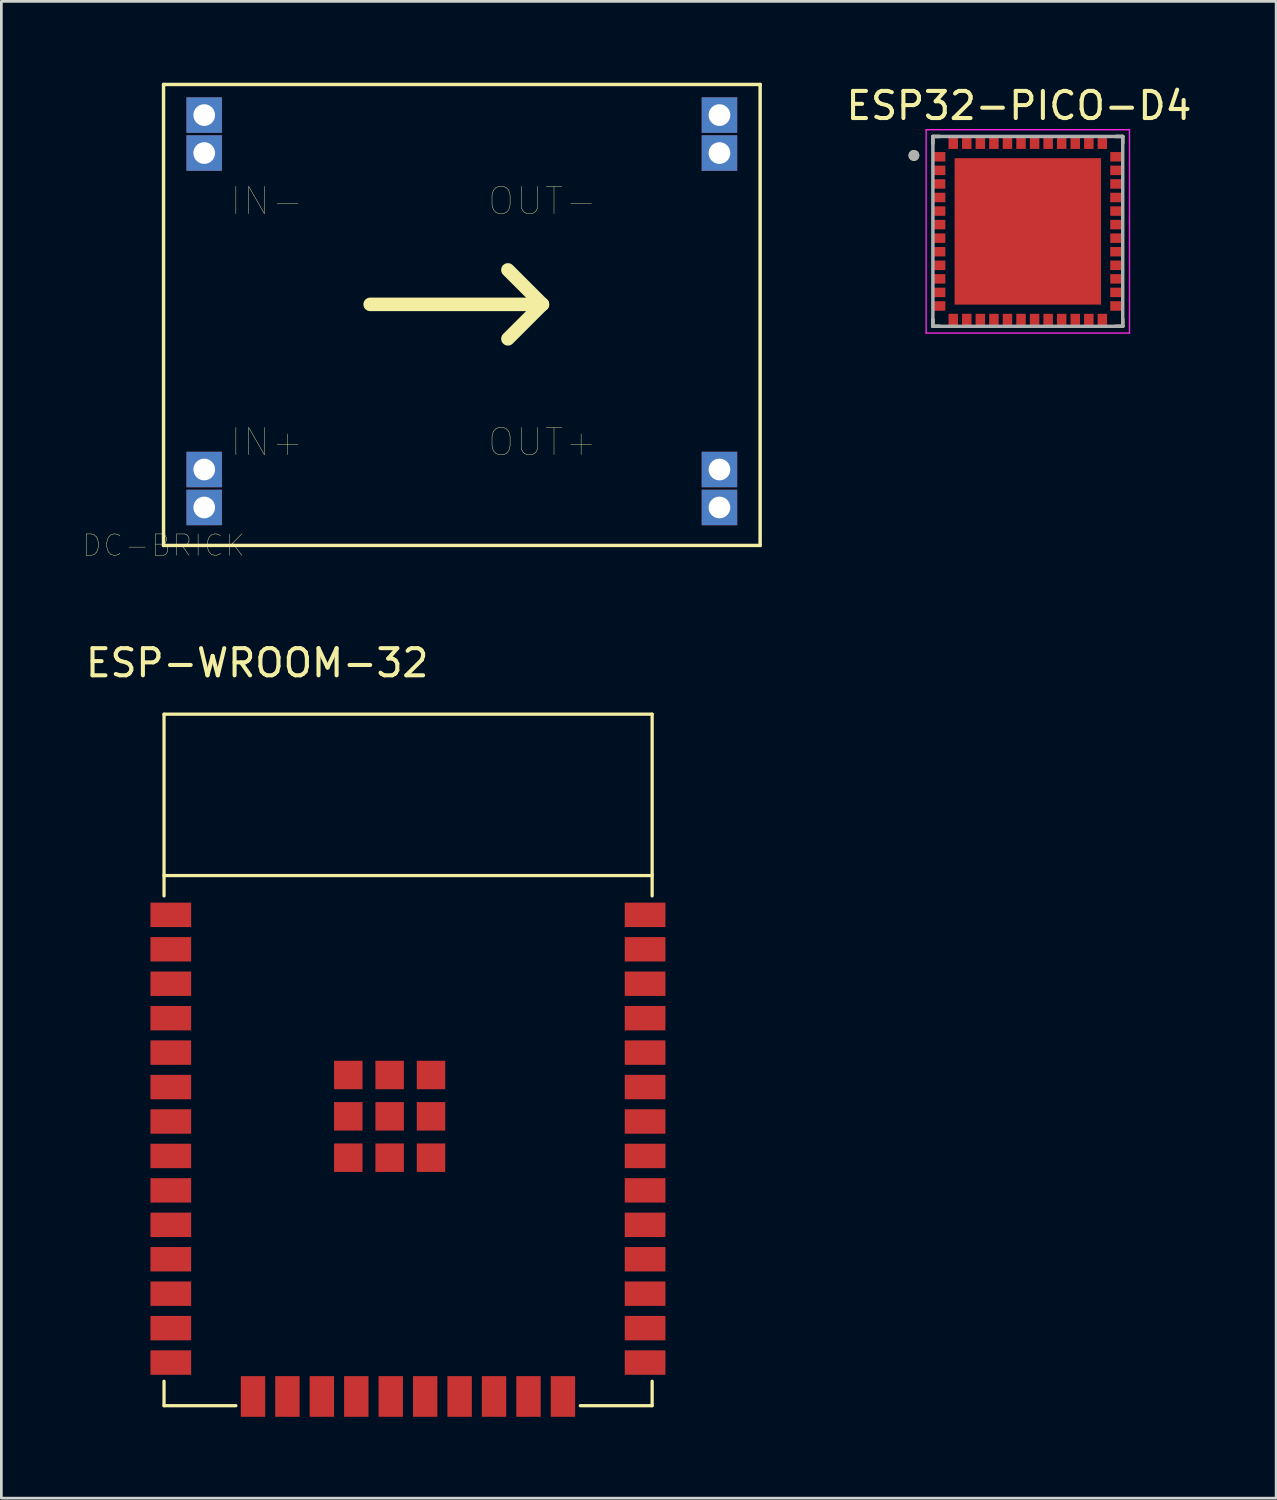
<source format=kicad_pcb>
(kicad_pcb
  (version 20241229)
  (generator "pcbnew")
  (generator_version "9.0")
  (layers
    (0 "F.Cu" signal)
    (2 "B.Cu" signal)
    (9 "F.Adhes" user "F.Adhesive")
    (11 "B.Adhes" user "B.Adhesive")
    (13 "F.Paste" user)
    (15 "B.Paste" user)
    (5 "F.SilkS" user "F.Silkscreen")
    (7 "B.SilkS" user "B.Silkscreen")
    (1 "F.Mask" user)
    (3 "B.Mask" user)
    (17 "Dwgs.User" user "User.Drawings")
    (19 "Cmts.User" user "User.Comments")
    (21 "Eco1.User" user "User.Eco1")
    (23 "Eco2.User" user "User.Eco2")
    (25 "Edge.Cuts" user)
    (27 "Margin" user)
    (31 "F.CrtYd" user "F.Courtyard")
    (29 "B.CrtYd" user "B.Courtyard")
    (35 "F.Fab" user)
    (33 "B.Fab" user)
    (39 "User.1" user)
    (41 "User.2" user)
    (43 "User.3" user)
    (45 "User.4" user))
  (footprint "ESP32-PICO-D4"
    (layer "F.Cu")
    (at 34.852 5.483)
    (property "Reference" "ESP32-PICO-D4" (at -0.325 -4.635 0) (layer "F.SilkS") (effects (font (size 1 1) (thickness 0.15))))
    (attr through_hole)
    (fp_line (start -3.5 -3.5) (end -3.245 -3.5) (stroke (width 0.127) (type solid)) (layer "F.SilkS"))
    (fp_line (start -3.5 -3.245) (end -3.5 -3.5) (stroke (width 0.127) (type solid)) (layer "F.SilkS"))
    (fp_line (start -3.5 3.245) (end -3.5 3.5) (stroke (width 0.127) (type solid)) (layer "F.SilkS"))
    (fp_line (start -3.5 3.5) (end -3.245 3.5) (stroke (width 0.127) (type solid)) (layer "F.SilkS"))
    (fp_line (start 3.5 -3.5) (end 3.245 -3.5) (stroke (width 0.127) (type solid)) (layer "F.SilkS"))
    (fp_line (start 3.5 -3.245) (end 3.5 -3.5) (stroke (width 0.127) (type solid)) (layer "F.SilkS"))
    (fp_line (start 3.5 3.245) (end 3.5 3.5) (stroke (width 0.127) (type solid)) (layer "F.SilkS"))
    (fp_line (start 3.5 3.5) (end 3.245 3.5) (stroke (width 0.127) (type solid)) (layer "F.SilkS"))
    (fp_circle (center -4.2 -2.8) (end -4.1 -2.8) (stroke (width 0.2) (type solid)) (fill no) (layer "F.SilkS"))
    (fp_poly (pts (xy -2.305 -2.305) (xy -0.395 -2.305) (xy -0.395 -0.395) (xy -2.305 -0.395)) (stroke (width 0.01) (type solid)) (fill yes) (layer "F.Paste"))
    (fp_poly (pts (xy -2.305 0.395) (xy -0.395 0.395) (xy -0.395 2.305) (xy -2.305 2.305)) (stroke (width 0.01) (type solid)) (fill yes) (layer "F.Paste"))
    (fp_poly (pts (xy 0.395 -2.305) (xy 2.305 -2.305) (xy 2.305 -0.395) (xy 0.395 -0.395)) (stroke (width 0.01) (type solid)) (fill yes) (layer "F.Paste"))
    (fp_poly (pts (xy 0.395 0.395) (xy 2.305 0.395) (xy 2.305 2.305) (xy 0.395 2.305)) (stroke (width 0.01) (type solid)) (fill yes) (layer "F.Paste"))
    (fp_line (start -3.75 -3.75) (end -3.75 3.75) (stroke (width 0.05) (type solid)) (layer "F.CrtYd"))
    (fp_line (start -3.75 3.75) (end 3.75 3.75) (stroke (width 0.05) (type solid)) (layer "F.CrtYd"))
    (fp_line (start 3.75 -3.75) (end -3.75 -3.75) (stroke (width 0.05) (type solid)) (layer "F.CrtYd"))
    (fp_line (start 3.75 3.75) (end 3.75 -3.75) (stroke (width 0.05) (type solid)) (layer "F.CrtYd"))
    (fp_line (start -3.5 -3.5) (end 3.5 -3.5) (stroke (width 0.127) (type solid)) (layer "F.Fab"))
    (fp_line (start -3.5 3.5) (end -3.5 -3.5) (stroke (width 0.127) (type solid)) (layer "F.Fab"))
    (fp_line (start 3.5 -3.5) (end 3.5 3.5) (stroke (width 0.127) (type solid)) (layer "F.Fab"))
    (fp_line (start 3.5 3.5) (end -3.5 3.5) (stroke (width 0.127) (type solid)) (layer "F.Fab"))
    (fp_circle (center -4.2 -2.8) (end -4.1 -2.8) (stroke (width 0.2) (type solid)) (fill no) (layer "F.Fab"))
    (pad "1" smd roundrect (at -3.265 -2.75) (size 0.45 0.35) (layers "F.Cu" "F.Mask" "F.Paste") (roundrect_rratio 0.04))
    (pad "2" smd roundrect (at -3.265 -2.25) (size 0.45 0.35) (layers "F.Cu" "F.Mask" "F.Paste") (roundrect_rratio 0.04))
    (pad "3" smd roundrect (at -3.265 -1.75) (size 0.45 0.35) (layers "F.Cu" "F.Mask" "F.Paste") (roundrect_rratio 0.04))
    (pad "4" smd roundrect (at -3.265 -1.25) (size 0.45 0.35) (layers "F.Cu" "F.Mask" "F.Paste") (roundrect_rratio 0.04))
    (pad "5" smd roundrect (at -3.265 -0.75) (size 0.45 0.35) (layers "F.Cu" "F.Mask" "F.Paste") (roundrect_rratio 0.04))
    (pad "6" smd roundrect (at -3.265 -0.25) (size 0.45 0.35) (layers "F.Cu" "F.Mask" "F.Paste") (roundrect_rratio 0.04))
    (pad "7" smd roundrect (at -3.265 0.25) (size 0.45 0.35) (layers "F.Cu" "F.Mask" "F.Paste") (roundrect_rratio 0.04))
    (pad "8" smd roundrect (at -3.265 0.75) (size 0.45 0.35) (layers "F.Cu" "F.Mask" "F.Paste") (roundrect_rratio 0.04))
    (pad "9" smd roundrect (at -3.265 1.25) (size 0.45 0.35) (layers "F.Cu" "F.Mask" "F.Paste") (roundrect_rratio 0.04))
    (pad "10" smd roundrect (at -3.265 1.75) (size 0.45 0.35) (layers "F.Cu" "F.Mask" "F.Paste") (roundrect_rratio 0.04))
    (pad "11" smd roundrect (at -3.265 2.25) (size 0.45 0.35) (layers "F.Cu" "F.Mask" "F.Paste") (roundrect_rratio 0.04))
    (pad "12" smd roundrect (at -3.265 2.75) (size 0.45 0.35) (layers "F.Cu" "F.Mask" "F.Paste") (roundrect_rratio 0.04))
    (pad "13" smd roundrect (at -2.75 3.265) (size 0.35 0.45) (layers "F.Cu" "F.Mask" "F.Paste") (roundrect_rratio 0.04))
    (pad "14" smd roundrect (at -2.25 3.265) (size 0.35 0.45) (layers "F.Cu" "F.Mask" "F.Paste") (roundrect_rratio 0.04))
    (pad "15" smd roundrect (at -1.75 3.265) (size 0.35 0.45) (layers "F.Cu" "F.Mask" "F.Paste") (roundrect_rratio 0.04))
    (pad "16" smd roundrect (at -1.25 3.265) (size 0.35 0.45) (layers "F.Cu" "F.Mask" "F.Paste") (roundrect_rratio 0.04))
    (pad "17" smd roundrect (at -0.75 3.265) (size 0.35 0.45) (layers "F.Cu" "F.Mask" "F.Paste") (roundrect_rratio 0.04))
    (pad "18" smd roundrect (at -0.25 3.265) (size 0.35 0.45) (layers "F.Cu" "F.Mask" "F.Paste") (roundrect_rratio 0.04))
    (pad "19" smd roundrect (at 0.25 3.265) (size 0.35 0.45) (layers "F.Cu" "F.Mask" "F.Paste") (roundrect_rratio 0.04))
    (pad "20" smd roundrect (at 0.75 3.265) (size 0.35 0.45) (layers "F.Cu" "F.Mask" "F.Paste") (roundrect_rratio 0.04))
    (pad "21" smd roundrect (at 1.25 3.265) (size 0.35 0.45) (layers "F.Cu" "F.Mask" "F.Paste") (roundrect_rratio 0.04))
    (pad "22" smd roundrect (at 1.75 3.265) (size 0.35 0.45) (layers "F.Cu" "F.Mask" "F.Paste") (roundrect_rratio 0.04))
    (pad "23" smd roundrect (at 2.25 3.265) (size 0.35 0.45) (layers "F.Cu" "F.Mask" "F.Paste") (roundrect_rratio 0.04))
    (pad "24" smd roundrect (at 2.75 3.265) (size 0.35 0.45) (layers "F.Cu" "F.Mask" "F.Paste") (roundrect_rratio 0.04))
    (pad "25" smd roundrect (at 3.265 2.75) (size 0.45 0.35) (layers "F.Cu" "F.Mask" "F.Paste") (roundrect_rratio 0.04))
    (pad "26" smd roundrect (at 3.265 2.25) (size 0.45 0.35) (layers "F.Cu" "F.Mask" "F.Paste") (roundrect_rratio 0.04))
    (pad "27" smd roundrect (at 3.265 1.75) (size 0.45 0.35) (layers "F.Cu" "F.Mask" "F.Paste") (roundrect_rratio 0.04))
    (pad "28" smd roundrect (at 3.265 1.25) (size 0.45 0.35) (layers "F.Cu" "F.Mask" "F.Paste") (roundrect_rratio 0.04))
    (pad "29" smd roundrect (at 3.265 0.75) (size 0.45 0.35) (layers "F.Cu" "F.Mask" "F.Paste") (roundrect_rratio 0.04))
    (pad "30" smd roundrect (at 3.265 0.25) (size 0.45 0.35) (layers "F.Cu" "F.Mask" "F.Paste") (roundrect_rratio 0.04))
    (pad "31" smd roundrect (at 3.265 -0.25) (size 0.45 0.35) (layers "F.Cu" "F.Mask" "F.Paste") (roundrect_rratio 0.04))
    (pad "32" smd roundrect (at 3.265 -0.75) (size 0.45 0.35) (layers "F.Cu" "F.Mask" "F.Paste") (roundrect_rratio 0.04))
    (pad "33" smd roundrect (at 3.265 -1.25) (size 0.45 0.35) (layers "F.Cu" "F.Mask" "F.Paste") (roundrect_rratio 0.04))
    (pad "34" smd roundrect (at 3.265 -1.75) (size 0.45 0.35) (layers "F.Cu" "F.Mask" "F.Paste") (roundrect_rratio 0.04))
    (pad "35" smd roundrect (at 3.265 -2.25) (size 0.45 0.35) (layers "F.Cu" "F.Mask" "F.Paste") (roundrect_rratio 0.04))
    (pad "36" smd roundrect (at 3.265 -2.75) (size 0.45 0.35) (layers "F.Cu" "F.Mask" "F.Paste") (roundrect_rratio 0.04))
    (pad "37" smd roundrect (at 2.75 -3.265) (size 0.35 0.45) (layers "F.Cu" "F.Mask" "F.Paste") (roundrect_rratio 0.04))
    (pad "38" smd roundrect (at 2.25 -3.265) (size 0.35 0.45) (layers "F.Cu" "F.Mask" "F.Paste") (roundrect_rratio 0.04))
    (pad "39" smd roundrect (at 1.75 -3.265) (size 0.35 0.45) (layers "F.Cu" "F.Mask" "F.Paste") (roundrect_rratio 0.04))
    (pad "40" smd roundrect (at 1.25 -3.265) (size 0.35 0.45) (layers "F.Cu" "F.Mask" "F.Paste") (roundrect_rratio 0.04))
    (pad "41" smd roundrect (at 0.75 -3.265) (size 0.35 0.45) (layers "F.Cu" "F.Mask" "F.Paste") (roundrect_rratio 0.04))
    (pad "42" smd roundrect (at 0.25 -3.265) (size 0.35 0.45) (layers "F.Cu" "F.Mask" "F.Paste") (roundrect_rratio 0.04))
    (pad "43" smd roundrect (at -0.25 -3.265) (size 0.35 0.45) (layers "F.Cu" "F.Mask" "F.Paste") (roundrect_rratio 0.04))
    (pad "44" smd roundrect (at -0.75 -3.265) (size 0.35 0.45) (layers "F.Cu" "F.Mask" "F.Paste") (roundrect_rratio 0.04))
    (pad "45" smd roundrect (at -1.25 -3.265) (size 0.35 0.45) (layers "F.Cu" "F.Mask" "F.Paste") (roundrect_rratio 0.04))
    (pad "46" smd roundrect (at -1.75 -3.265) (size 0.35 0.45) (layers "F.Cu" "F.Mask" "F.Paste") (roundrect_rratio 0.04))
    (pad "47" smd roundrect (at -2.25 -3.265) (size 0.35 0.45) (layers "F.Cu" "F.Mask" "F.Paste") (roundrect_rratio 0.04))
    (pad "48" smd roundrect (at -2.75 -3.265) (size 0.35 0.45) (layers "F.Cu" "F.Mask" "F.Paste") (roundrect_rratio 0.04))
    (pad "49" smd rect (at 0 0) (size 5.4 5.4) (layers "F.Cu" "F.Mask")))
  (footprint "DC-BRICK"
    (layer "F.Cu")
    (at 2.981 17.064)
    (property "Reference" "DC-BRICK" (at 0 0 0) (layer "F.SilkS") (effects (font (size 0.787 0.787) (thickness 0.015))))
    (attr through_hole)
    (fp_line (start 0 -17) (end 22 -17) (stroke (width 0.127) (type solid)) (layer "F.SilkS"))
    (fp_line (start 0 0) (end 0 -17) (stroke (width 0.127) (type solid)) (layer "F.SilkS"))
    (fp_line (start 0 0) (end 22 0) (stroke (width 0.127) (type solid)) (layer "F.SilkS"))
    (fp_line (start 7.62 -8.89) (end 13.97 -8.89) (stroke (width 0.5) (type solid)) (layer "F.SilkS"))
    (fp_line (start 13.97 -8.89) (end 12.7 -10.16) (stroke (width 0.5) (type solid)) (layer "F.SilkS"))
    (fp_line (start 13.97 -8.89) (end 12.7 -7.62) (stroke (width 0.5) (type solid)) (layer "F.SilkS"))
    (fp_line (start 22 -17) (end 22 0) (stroke (width 0.127) (type solid)) (layer "F.SilkS"))
    (fp_text user "OUT+" (at 13.97 -3.81 0) (layer "F.SilkS") (effects (font (size 1 1) (thickness 0.015))))
    (fp_text user "OUT-" (at 13.97 -12.7 0) (layer "F.SilkS") (effects (font (size 1 1) (thickness 0.015))))
    (fp_text user "IN+" (at 3.81 -3.81 0) (layer "F.SilkS") (effects (font (size 1 1) (thickness 0.015))))
    (fp_text user "IN-" (at 3.81 -12.7 0) (layer "F.SilkS") (effects (font (size 1 1) (thickness 0.015))))
    (pad "IN1" thru_hole rect (at 1.5 -14.47) (size 1.308 1.308) (drill 0.8) (layers "*.Cu" "*.Mask"))
    (pad "IN1+" thru_hole rect (at 1.5 -1.4) (size 1.308 1.308) (drill 0.8) (layers "*.Cu" "*.Mask"))
    (pad "IN2" thru_hole rect (at 1.5 -15.87) (size 1.308 1.308) (drill 0.8) (layers "*.Cu" "*.Mask"))
    (pad "IN2+" thru_hole rect (at 1.5 -2.8) (size 1.308 1.308) (drill 0.8) (layers "*.Cu" "*.Mask"))
    (pad "OUT1" thru_hole rect (at 20.5 -14.47) (size 1.308 1.308) (drill 0.8) (layers "*.Cu" "*.Mask"))
    (pad "OUT1+" thru_hole rect (at 20.5 -1.4) (size 1.308 1.308) (drill 0.8) (layers "*.Cu" "*.Mask"))
    (pad "OUT2" thru_hole rect (at 20.5 -15.87) (size 1.308 1.308) (drill 0.8) (layers "*.Cu" "*.Mask"))
    (pad "OUT2+" thru_hole rect (at 20.5 -2.8) (size 1.308 1.308) (drill 0.8) (layers "*.Cu" "*.Mask")))
  (footprint "ESP-WROOM-32"
    (layer "F.Cu")
    (at 3.249 30.687)
    (property "Reference" "ESP-WROOM-32" (at 3.185 -9.289 0) (layer "F.SilkS") (effects (font (size 1 1) (thickness 0.15))))
    (attr through_hole)
    (fp_line (start -0.25 -7.4) (end 17.75 -7.4) (stroke (width 0.12) (type solid)) (layer "F.SilkS"))
    (fp_line (start -0.25 -1.45) (end 17.75 -1.45) (stroke (width 0.12) (type solid)) (layer "F.SilkS"))
    (fp_line (start -0.25 -0.7) (end -0.25 -7.4) (stroke (width 0.12) (type solid)) (layer "F.SilkS"))
    (fp_line (start -0.25 17.2) (end -0.25 18.1) (stroke (width 0.12) (type solid)) (layer "F.SilkS"))
    (fp_line (start -0.25 18.1) (end 2.4 18.1) (stroke (width 0.12) (type solid)) (layer "F.SilkS"))
    (fp_line (start 15.1 18.1) (end 17.75 18.1) (stroke (width 0.12) (type solid)) (layer "F.SilkS"))
    (fp_line (start 17.75 -0.7) (end 17.75 -7.4) (stroke (width 0.12) (type solid)) (layer "F.SilkS"))
    (fp_line (start 17.75 18.1) (end 17.75 17.2) (stroke (width 0.12) (type solid)) (layer "F.SilkS"))
    (pad "1" smd rect (at 0 0) (size 1.5 0.9) (layers "F.Cu" "F.Mask" "F.Paste"))
    (pad "2" smd rect (at 0 1.27) (size 1.5 0.9) (layers "F.Cu" "F.Mask" "F.Paste"))
    (pad "3" smd rect (at 0 2.54) (size 1.5 0.9) (layers "F.Cu" "F.Mask" "F.Paste"))
    (pad "4" smd rect (at 0 3.81) (size 1.5 0.9) (layers "F.Cu" "F.Mask" "F.Paste"))
    (pad "5" smd rect (at 0 5.08) (size 1.5 0.9) (layers "F.Cu" "F.Mask" "F.Paste"))
    (pad "6" smd rect (at 0 6.35) (size 1.5 0.9) (layers "F.Cu" "F.Mask" "F.Paste"))
    (pad "7" smd rect (at 0 7.62) (size 1.5 0.9) (layers "F.Cu" "F.Mask" "F.Paste"))
    (pad "8" smd rect (at 0 8.89) (size 1.5 0.9) (layers "F.Cu" "F.Mask" "F.Paste"))
    (pad "9" smd rect (at 0 10.16) (size 1.5 0.9) (layers "F.Cu" "F.Mask" "F.Paste"))
    (pad "10" smd rect (at 0 11.43) (size 1.5 0.9) (layers "F.Cu" "F.Mask" "F.Paste"))
    (pad "11" smd rect (at 0 12.7) (size 1.5 0.9) (layers "F.Cu" "F.Mask" "F.Paste"))
    (pad "12" smd rect (at 0 13.97) (size 1.5 0.9) (layers "F.Cu" "F.Mask" "F.Paste"))
    (pad "13" smd rect (at 0 15.24) (size 1.5 0.9) (layers "F.Cu" "F.Mask" "F.Paste"))
    (pad "14" smd rect (at 0 16.51) (size 1.5 0.9) (layers "F.Cu" "F.Mask" "F.Paste"))
    (pad "15" smd rect (at 3.03 17.76 90) (size 1.5 0.9) (layers "F.Cu" "F.Mask" "F.Paste"))
    (pad "16" smd rect (at 4.3 17.76 90) (size 1.5 0.9) (layers "F.Cu" "F.Mask" "F.Paste"))
    (pad "17" smd rect (at 5.57 17.76 90) (size 1.5 0.9) (layers "F.Cu" "F.Mask" "F.Paste"))
    (pad "18" smd rect (at 6.84 17.76 90) (size 1.5 0.9) (layers "F.Cu" "F.Mask" "F.Paste"))
    (pad "19" smd rect (at 8.11 17.76 90) (size 1.5 0.9) (layers "F.Cu" "F.Mask" "F.Paste"))
    (pad "20" smd rect (at 9.38 17.76 90) (size 1.5 0.9) (layers "F.Cu" "F.Mask" "F.Paste"))
    (pad "21" smd rect (at 10.65 17.76 90) (size 1.5 0.9) (layers "F.Cu" "F.Mask" "F.Paste"))
    (pad "22" smd rect (at 11.92 17.76 90) (size 1.5 0.9) (layers "F.Cu" "F.Mask" "F.Paste"))
    (pad "23" smd rect (at 13.19 17.76 90) (size 1.5 0.9) (layers "F.Cu" "F.Mask" "F.Paste"))
    (pad "24" smd rect (at 14.46 17.76 90) (size 1.5 0.9) (layers "F.Cu" "F.Mask" "F.Paste"))
    (pad "25" smd rect (at 17.49 16.51 180) (size 1.5 0.9) (layers "F.Cu" "F.Mask" "F.Paste"))
    (pad "26" smd rect (at 17.49 15.24 180) (size 1.5 0.9) (layers "F.Cu" "F.Mask" "F.Paste"))
    (pad "27" smd rect (at 17.49 13.97 180) (size 1.5 0.9) (layers "F.Cu" "F.Mask" "F.Paste"))
    (pad "28" smd rect (at 17.49 12.7 180) (size 1.5 0.9) (layers "F.Cu" "F.Mask" "F.Paste"))
    (pad "29" smd rect (at 17.49 11.43 180) (size 1.5 0.9) (layers "F.Cu" "F.Mask" "F.Paste"))
    (pad "30" smd rect (at 17.49 10.16 180) (size 1.5 0.9) (layers "F.Cu" "F.Mask" "F.Paste"))
    (pad "31" smd rect (at 17.49 8.89 180) (size 1.5 0.9) (layers "F.Cu" "F.Mask" "F.Paste"))
    (pad "32" smd rect (at 17.49 7.62 180) (size 1.5 0.9) (layers "F.Cu" "F.Mask" "F.Paste"))
    (pad "33" smd rect (at 17.49 6.35 180) (size 1.5 0.9) (layers "F.Cu" "F.Mask" "F.Paste"))
    (pad "34" smd rect (at 17.49 5.08 180) (size 1.5 0.9) (layers "F.Cu" "F.Mask" "F.Paste"))
    (pad "35" smd rect (at 17.49 3.81 180) (size 1.5 0.9) (layers "F.Cu" "F.Mask" "F.Paste"))
    (pad "36" smd rect (at 17.49 2.54 180) (size 1.5 0.9) (layers "F.Cu" "F.Mask" "F.Paste"))
    (pad "37" smd rect (at 17.49 1.27 180) (size 1.5 0.9) (layers "F.Cu" "F.Mask" "F.Paste"))
    (pad "38" smd rect (at 17.49 0 180) (size 1.5 0.9) (layers "F.Cu" "F.Mask" "F.Paste"))
    (pad "39" smd rect (at 6.545 5.905 180) (size 1.05 1.05) (layers "F.Cu" "F.Mask" "F.Paste"))
    (pad "39" smd rect (at 6.545 7.43 180) (size 1.05 1.05) (layers "F.Cu" "F.Mask" "F.Paste"))
    (pad "39" smd rect (at 6.545 8.955 180) (size 1.05 1.05) (layers "F.Cu" "F.Mask" "F.Paste"))
    (pad "39" smd rect (at 8.07 5.905 180) (size 1.05 1.05) (layers "F.Cu" "F.Mask" "F.Paste"))
    (pad "39" smd rect (at 8.07 7.43 180) (size 1.05 1.05) (layers "F.Cu" "F.Mask" "F.Paste"))
    (pad "39" smd rect (at 8.07 8.955 180) (size 1.05 1.05) (layers "F.Cu" "F.Mask" "F.Paste"))
    (pad "39" smd rect (at 9.595 5.905 180) (size 1.05 1.05) (layers "F.Cu" "F.Mask" "F.Paste"))
    (pad "39" smd rect (at 9.595 7.43 180) (size 1.05 1.05) (layers "F.Cu" "F.Mask" "F.Paste"))
    (pad "39" smd rect (at 9.595 8.955 180) (size 1.05 1.05) (layers "F.Cu" "F.Mask" "F.Paste")))
  (gr_rect
    (start -3 -3)
    (end 44.009 52.197)
    (stroke (width 0.1) (type default))
    (fill no)
    (layer "Edge.Cuts")))
</source>
